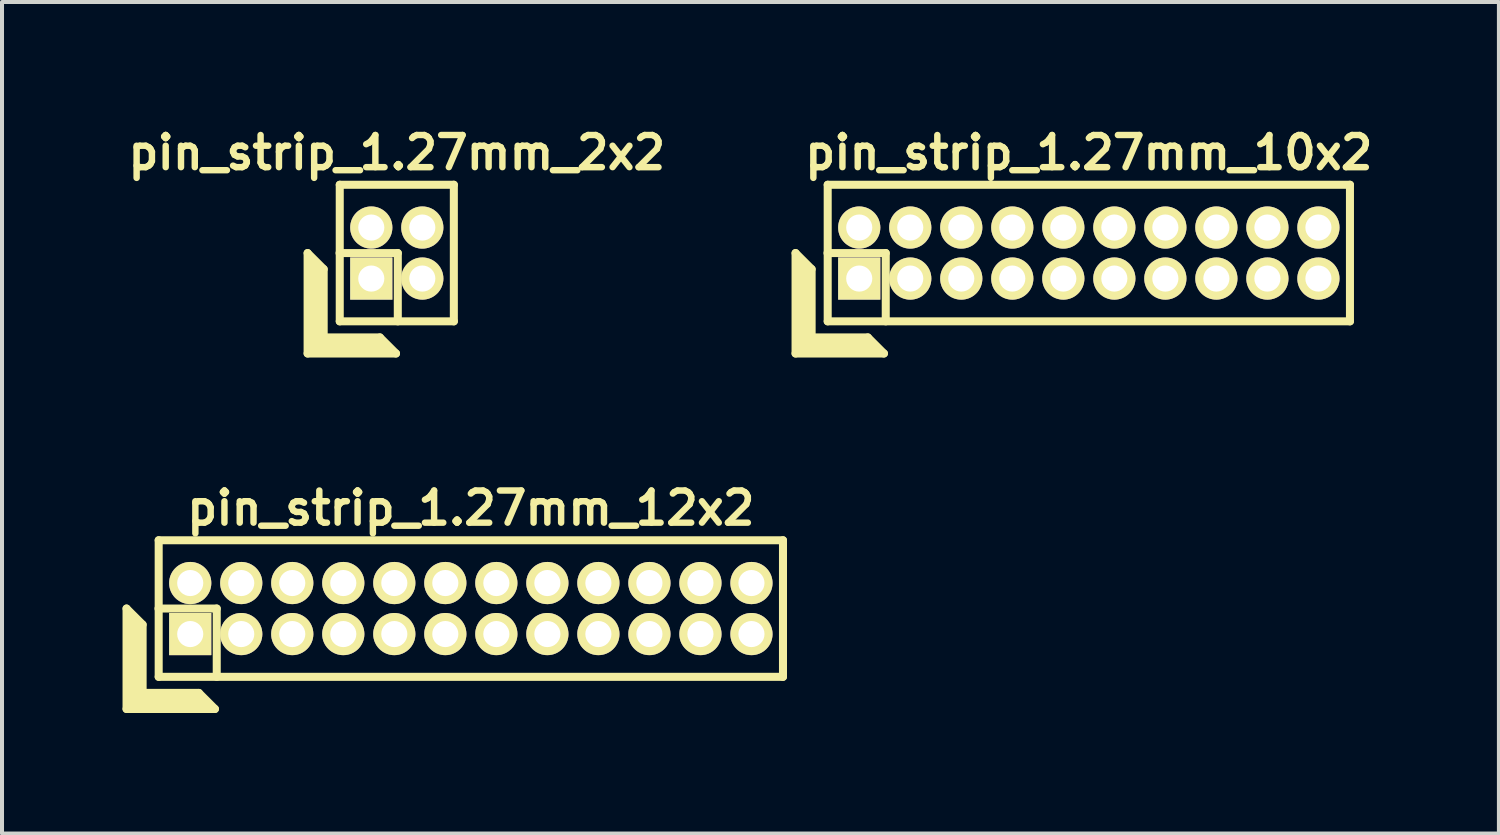
<source format=kicad_pcb>
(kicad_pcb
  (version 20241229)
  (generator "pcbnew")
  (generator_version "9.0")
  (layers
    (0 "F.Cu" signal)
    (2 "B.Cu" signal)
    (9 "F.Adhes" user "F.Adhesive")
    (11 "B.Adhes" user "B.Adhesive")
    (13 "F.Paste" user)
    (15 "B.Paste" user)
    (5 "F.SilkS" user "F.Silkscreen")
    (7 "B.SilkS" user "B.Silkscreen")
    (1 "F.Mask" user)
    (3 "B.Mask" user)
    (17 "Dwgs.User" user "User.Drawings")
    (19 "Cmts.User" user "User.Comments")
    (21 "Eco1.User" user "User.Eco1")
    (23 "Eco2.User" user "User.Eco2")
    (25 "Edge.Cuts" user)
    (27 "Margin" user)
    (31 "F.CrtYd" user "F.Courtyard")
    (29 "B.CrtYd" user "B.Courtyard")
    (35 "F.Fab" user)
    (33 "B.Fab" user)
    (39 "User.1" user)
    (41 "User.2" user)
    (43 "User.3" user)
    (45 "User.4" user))
  (footprint "pin_strip_1.27mm_12x2"
    (layer "F.Cu")
    (at 8.67 12.098)
    (property "Reference" "pin_strip_1.27mm_12x2" (at 0 -2.5 0) (layer "F.SilkS") (effects (font (size 0.8 0.8) (thickness 0.16))))
    (attr through_hole)
    (fp_line (start -8.57 0) (end -8.57 2.5) (stroke (width 0.2) (type solid)) (layer "F.SilkS"))
    (fp_line (start -8.57 0) (end -8.17 0.4) (stroke (width 0.2) (type solid)) (layer "F.SilkS"))
    (fp_line (start -8.57 2.5) (end -6.37 2.5) (stroke (width 0.2) (type solid)) (layer "F.SilkS"))
    (fp_line (start -8.47 2.4) (end -8.47 0.2) (stroke (width 0.2) (type solid)) (layer "F.SilkS"))
    (fp_line (start -8.47 2.4) (end -6.57 2.4) (stroke (width 0.2) (type solid)) (layer "F.SilkS"))
    (fp_line (start -8.37 2.3) (end -8.37 0.3) (stroke (width 0.2) (type solid)) (layer "F.SilkS"))
    (fp_line (start -8.37 2.3) (end -6.67 2.3) (stroke (width 0.2) (type solid)) (layer "F.SilkS"))
    (fp_line (start -8.27 2.2) (end -8.27 0.4) (stroke (width 0.2) (type solid)) (layer "F.SilkS"))
    (fp_line (start -8.27 2.2) (end -6.77 2.2) (stroke (width 0.2) (type solid)) (layer "F.SilkS"))
    (fp_line (start -8.17 2.1) (end -8.17 0.4) (stroke (width 0.2) (type solid)) (layer "F.SilkS"))
    (fp_line (start -8.17 2.1) (end -6.77 2.1) (stroke (width 0.2) (type solid)) (layer "F.SilkS"))
    (fp_line (start -7.775 0) (end -6.325 0) (stroke (width 0.2) (type solid)) (layer "F.SilkS"))
    (fp_line (start -7.77 -1.7) (end 7.77 -1.7) (stroke (width 0.2) (type solid)) (layer "F.SilkS"))
    (fp_line (start -7.77 1.7) (end -7.77 -1.7) (stroke (width 0.2) (type solid)) (layer "F.SilkS"))
    (fp_line (start -6.77 2.1) (end -6.37 2.5) (stroke (width 0.2) (type solid)) (layer "F.SilkS"))
    (fp_line (start -6.325 0) (end -6.325 1.7) (stroke (width 0.2) (type solid)) (layer "F.SilkS"))
    (fp_line (start 7.77 -1.7) (end 7.77 1.7) (stroke (width 0.2) (type solid)) (layer "F.SilkS"))
    (fp_line (start 7.77 1.7) (end -7.77 1.7) (stroke (width 0.2) (type solid)) (layer "F.SilkS"))
    (pad "1" thru_hole rect (at -6.985 0.635) (size 1.05 1.05) (drill 0.65) (layers "*.Cu" "*.Mask" "F.SilkS"))
    (pad "2" thru_hole oval (at -6.985 -0.635) (size 1.05 1.05) (drill 0.65) (layers "*.Cu" "*.Mask" "F.SilkS"))
    (pad "3" thru_hole oval (at -5.715 0.635) (size 1.05 1.05) (drill 0.65) (layers "*.Cu" "*.Mask" "F.SilkS"))
    (pad "4" thru_hole oval (at -5.715 -0.635) (size 1.05 1.05) (drill 0.65) (layers "*.Cu" "*.Mask" "F.SilkS"))
    (pad "5" thru_hole oval (at -4.445 0.635) (size 1.05 1.05) (drill 0.65) (layers "*.Cu" "*.Mask" "F.SilkS"))
    (pad "6" thru_hole oval (at -4.445 -0.635) (size 1.05 1.05) (drill 0.65) (layers "*.Cu" "*.Mask" "F.SilkS"))
    (pad "7" thru_hole oval (at -3.175 0.635) (size 1.05 1.05) (drill 0.65) (layers "*.Cu" "*.Mask" "F.SilkS"))
    (pad "8" thru_hole oval (at -3.175 -0.635) (size 1.05 1.05) (drill 0.65) (layers "*.Cu" "*.Mask" "F.SilkS"))
    (pad "9" thru_hole oval (at -1.905 0.635) (size 1.05 1.05) (drill 0.65) (layers "*.Cu" "*.Mask" "F.SilkS"))
    (pad "10" thru_hole oval (at -1.905 -0.635) (size 1.05 1.05) (drill 0.65) (layers "*.Cu" "*.Mask" "F.SilkS"))
    (pad "11" thru_hole oval (at -0.635 0.635) (size 1.05 1.05) (drill 0.65) (layers "*.Cu" "*.Mask" "F.SilkS"))
    (pad "12" thru_hole oval (at -0.635 -0.635) (size 1.05 1.05) (drill 0.65) (layers "*.Cu" "*.Mask" "F.SilkS"))
    (pad "13" thru_hole oval (at 0.635 0.635) (size 1.05 1.05) (drill 0.65) (layers "*.Cu" "*.Mask" "F.SilkS"))
    (pad "14" thru_hole oval (at 0.635 -0.635) (size 1.05 1.05) (drill 0.65) (layers "*.Cu" "*.Mask" "F.SilkS"))
    (pad "15" thru_hole oval (at 1.905 0.635) (size 1.05 1.05) (drill 0.65) (layers "*.Cu" "*.Mask" "F.SilkS"))
    (pad "16" thru_hole oval (at 1.905 -0.635) (size 1.05 1.05) (drill 0.65) (layers "*.Cu" "*.Mask" "F.SilkS"))
    (pad "17" thru_hole oval (at 3.175 0.635) (size 1.05 1.05) (drill 0.65) (layers "*.Cu" "*.Mask" "F.SilkS"))
    (pad "18" thru_hole oval (at 3.175 -0.635) (size 1.05 1.05) (drill 0.65) (layers "*.Cu" "*.Mask" "F.SilkS"))
    (pad "19" thru_hole oval (at 4.445 0.635) (size 1.05 1.05) (drill 0.65) (layers "*.Cu" "*.Mask" "F.SilkS"))
    (pad "20" thru_hole oval (at 4.445 -0.635) (size 1.05 1.05) (drill 0.65) (layers "*.Cu" "*.Mask" "F.SilkS"))
    (pad "21" thru_hole oval (at 5.715 0.635) (size 1.05 1.05) (drill 0.65) (layers "*.Cu" "*.Mask" "F.SilkS"))
    (pad "22" thru_hole oval (at 5.715 -0.635) (size 1.05 1.05) (drill 0.65) (layers "*.Cu" "*.Mask" "F.SilkS"))
    (pad "23" thru_hole oval (at 6.985 0.635) (size 1.05 1.05) (drill 0.65) (layers "*.Cu" "*.Mask" "F.SilkS"))
    (pad "24" thru_hole oval (at 6.985 -0.635) (size 1.05 1.05) (drill 0.65) (layers "*.Cu" "*.Mask" "F.SilkS")))
  (footprint "pin_strip_1.27mm_10x2"
    (layer "F.Cu")
    (at 24.053 3.249)
    (property "Reference" "pin_strip_1.27mm_10x2" (at 0 -2.5 0) (layer "F.SilkS") (effects (font (size 0.8 0.8) (thickness 0.16))))
    (attr through_hole)
    (fp_line (start -7.3 0) (end -7.3 2.5) (stroke (width 0.2) (type solid)) (layer "F.SilkS"))
    (fp_line (start -7.3 0) (end -6.9 0.4) (stroke (width 0.2) (type solid)) (layer "F.SilkS"))
    (fp_line (start -7.3 2.5) (end -5.1 2.5) (stroke (width 0.2) (type solid)) (layer "F.SilkS"))
    (fp_line (start -7.2 2.4) (end -7.2 0.2) (stroke (width 0.2) (type solid)) (layer "F.SilkS"))
    (fp_line (start -7.2 2.4) (end -5.3 2.4) (stroke (width 0.2) (type solid)) (layer "F.SilkS"))
    (fp_line (start -7.1 2.3) (end -7.1 0.3) (stroke (width 0.2) (type solid)) (layer "F.SilkS"))
    (fp_line (start -7.1 2.3) (end -5.4 2.3) (stroke (width 0.2) (type solid)) (layer "F.SilkS"))
    (fp_line (start -7 2.2) (end -7 0.4) (stroke (width 0.2) (type solid)) (layer "F.SilkS"))
    (fp_line (start -7 2.2) (end -5.5 2.2) (stroke (width 0.2) (type solid)) (layer "F.SilkS"))
    (fp_line (start -6.9 2.1) (end -6.9 0.4) (stroke (width 0.2) (type solid)) (layer "F.SilkS"))
    (fp_line (start -6.9 2.1) (end -5.5 2.1) (stroke (width 0.2) (type solid)) (layer "F.SilkS"))
    (fp_line (start -6.505 0) (end -5.055 0) (stroke (width 0.2) (type solid)) (layer "F.SilkS"))
    (fp_line (start -6.5 -1.7) (end 6.5 -1.7) (stroke (width 0.2) (type solid)) (layer "F.SilkS"))
    (fp_line (start -6.5 1.7) (end -6.5 -1.7) (stroke (width 0.2) (type solid)) (layer "F.SilkS"))
    (fp_line (start -5.5 2.1) (end -5.1 2.5) (stroke (width 0.2) (type solid)) (layer "F.SilkS"))
    (fp_line (start -5.055 0) (end -5.055 1.7) (stroke (width 0.2) (type solid)) (layer "F.SilkS"))
    (fp_line (start 6.5 -1.7) (end 6.5 1.7) (stroke (width 0.2) (type solid)) (layer "F.SilkS"))
    (fp_line (start 6.5 1.7) (end -6.5 1.7) (stroke (width 0.2) (type solid)) (layer "F.SilkS"))
    (pad "1" thru_hole rect (at -5.715 0.635) (size 1.05 1.05) (drill 0.65) (layers "*.Cu" "*.Mask" "F.SilkS"))
    (pad "2" thru_hole oval (at -5.715 -0.635) (size 1.05 1.05) (drill 0.65) (layers "*.Cu" "*.Mask" "F.SilkS"))
    (pad "3" thru_hole oval (at -4.445 0.635) (size 1.05 1.05) (drill 0.65) (layers "*.Cu" "*.Mask" "F.SilkS"))
    (pad "4" thru_hole oval (at -4.445 -0.635) (size 1.05 1.05) (drill 0.65) (layers "*.Cu" "*.Mask" "F.SilkS"))
    (pad "5" thru_hole oval (at -3.175 0.635) (size 1.05 1.05) (drill 0.65) (layers "*.Cu" "*.Mask" "F.SilkS"))
    (pad "6" thru_hole oval (at -3.175 -0.635) (size 1.05 1.05) (drill 0.65) (layers "*.Cu" "*.Mask" "F.SilkS"))
    (pad "7" thru_hole oval (at -1.905 0.635) (size 1.05 1.05) (drill 0.65) (layers "*.Cu" "*.Mask" "F.SilkS"))
    (pad "8" thru_hole oval (at -1.905 -0.635) (size 1.05 1.05) (drill 0.65) (layers "*.Cu" "*.Mask" "F.SilkS"))
    (pad "9" thru_hole oval (at -0.635 0.635) (size 1.05 1.05) (drill 0.65) (layers "*.Cu" "*.Mask" "F.SilkS"))
    (pad "10" thru_hole oval (at -0.635 -0.635) (size 1.05 1.05) (drill 0.65) (layers "*.Cu" "*.Mask" "F.SilkS"))
    (pad "11" thru_hole oval (at 0.635 0.635) (size 1.05 1.05) (drill 0.65) (layers "*.Cu" "*.Mask" "F.SilkS"))
    (pad "12" thru_hole oval (at 0.635 -0.635) (size 1.05 1.05) (drill 0.65) (layers "*.Cu" "*.Mask" "F.SilkS"))
    (pad "13" thru_hole oval (at 1.905 0.635) (size 1.05 1.05) (drill 0.65) (layers "*.Cu" "*.Mask" "F.SilkS"))
    (pad "14" thru_hole oval (at 1.905 -0.635) (size 1.05 1.05) (drill 0.65) (layers "*.Cu" "*.Mask" "F.SilkS"))
    (pad "15" thru_hole oval (at 3.175 0.635) (size 1.05 1.05) (drill 0.65) (layers "*.Cu" "*.Mask" "F.SilkS"))
    (pad "16" thru_hole oval (at 3.175 -0.635) (size 1.05 1.05) (drill 0.65) (layers "*.Cu" "*.Mask" "F.SilkS"))
    (pad "17" thru_hole oval (at 4.445 0.635) (size 1.05 1.05) (drill 0.65) (layers "*.Cu" "*.Mask" "F.SilkS"))
    (pad "18" thru_hole oval (at 4.445 -0.635) (size 1.05 1.05) (drill 0.65) (layers "*.Cu" "*.Mask" "F.SilkS"))
    (pad "19" thru_hole oval (at 5.715 0.635) (size 1.05 1.05) (drill 0.65) (layers "*.Cu" "*.Mask" "F.SilkS"))
    (pad "20" thru_hole oval (at 5.715 -0.635) (size 1.05 1.05) (drill 0.65) (layers "*.Cu" "*.Mask" "F.SilkS")))
  (footprint "pin_strip_1.27mm_2x2"
    (layer "F.Cu")
    (at 6.827 3.249)
    (property "Reference" "pin_strip_1.27mm_2x2" (at 0 -2.5 0) (layer "F.SilkS") (effects (font (size 0.8 0.8) (thickness 0.16))))
    (attr through_hole)
    (fp_line (start -2.22 0) (end -2.22 2.5) (stroke (width 0.2) (type solid)) (layer "F.SilkS"))
    (fp_line (start -2.22 0) (end -1.82 0.4) (stroke (width 0.2) (type solid)) (layer "F.SilkS"))
    (fp_line (start -2.22 2.5) (end -0.02 2.5) (stroke (width 0.2) (type solid)) (layer "F.SilkS"))
    (fp_line (start -2.12 2.4) (end -2.12 0.2) (stroke (width 0.2) (type solid)) (layer "F.SilkS"))
    (fp_line (start -2.12 2.4) (end -0.22 2.4) (stroke (width 0.2) (type solid)) (layer "F.SilkS"))
    (fp_line (start -2.02 2.3) (end -2.02 0.3) (stroke (width 0.2) (type solid)) (layer "F.SilkS"))
    (fp_line (start -2.02 2.3) (end -0.32 2.3) (stroke (width 0.2) (type solid)) (layer "F.SilkS"))
    (fp_line (start -1.92 2.2) (end -1.92 0.4) (stroke (width 0.2) (type solid)) (layer "F.SilkS"))
    (fp_line (start -1.92 2.2) (end -0.42 2.2) (stroke (width 0.2) (type solid)) (layer "F.SilkS"))
    (fp_line (start -1.82 2.1) (end -1.82 0.4) (stroke (width 0.2) (type solid)) (layer "F.SilkS"))
    (fp_line (start -1.82 2.1) (end -0.42 2.1) (stroke (width 0.2) (type solid)) (layer "F.SilkS"))
    (fp_line (start -1.425 0) (end 0.025 0) (stroke (width 0.2) (type solid)) (layer "F.SilkS"))
    (fp_line (start -1.42 -1.7) (end 1.42 -1.7) (stroke (width 0.2) (type solid)) (layer "F.SilkS"))
    (fp_line (start -1.42 1.7) (end -1.42 -1.7) (stroke (width 0.2) (type solid)) (layer "F.SilkS"))
    (fp_line (start -0.42 2.1) (end -0.02 2.5) (stroke (width 0.2) (type solid)) (layer "F.SilkS"))
    (fp_line (start 0.025 0) (end 0.025 1.7) (stroke (width 0.2) (type solid)) (layer "F.SilkS"))
    (fp_line (start 1.42 -1.7) (end 1.42 1.7) (stroke (width 0.2) (type solid)) (layer "F.SilkS"))
    (fp_line (start 1.42 1.7) (end -1.42 1.7) (stroke (width 0.2) (type solid)) (layer "F.SilkS"))
    (pad "1" thru_hole rect (at -0.635 0.635) (size 1.05 1.05) (drill 0.65) (layers "*.Cu" "*.Mask" "F.SilkS"))
    (pad "2" thru_hole oval (at -0.635 -0.635) (size 1.05 1.05) (drill 0.65) (layers "*.Cu" "*.Mask" "F.SilkS"))
    (pad "3" thru_hole oval (at 0.635 0.635) (size 1.05 1.05) (drill 0.65) (layers "*.Cu" "*.Mask" "F.SilkS"))
    (pad "4" thru_hole oval (at 0.635 -0.635) (size 1.05 1.05) (drill 0.65) (layers "*.Cu" "*.Mask" "F.SilkS")))
  (gr_rect
    (start -3 -3)
    (end 34.261 17.698)
    (stroke (width 0.1) (type default))
    (fill no)
    (layer "Edge.Cuts")))
</source>
